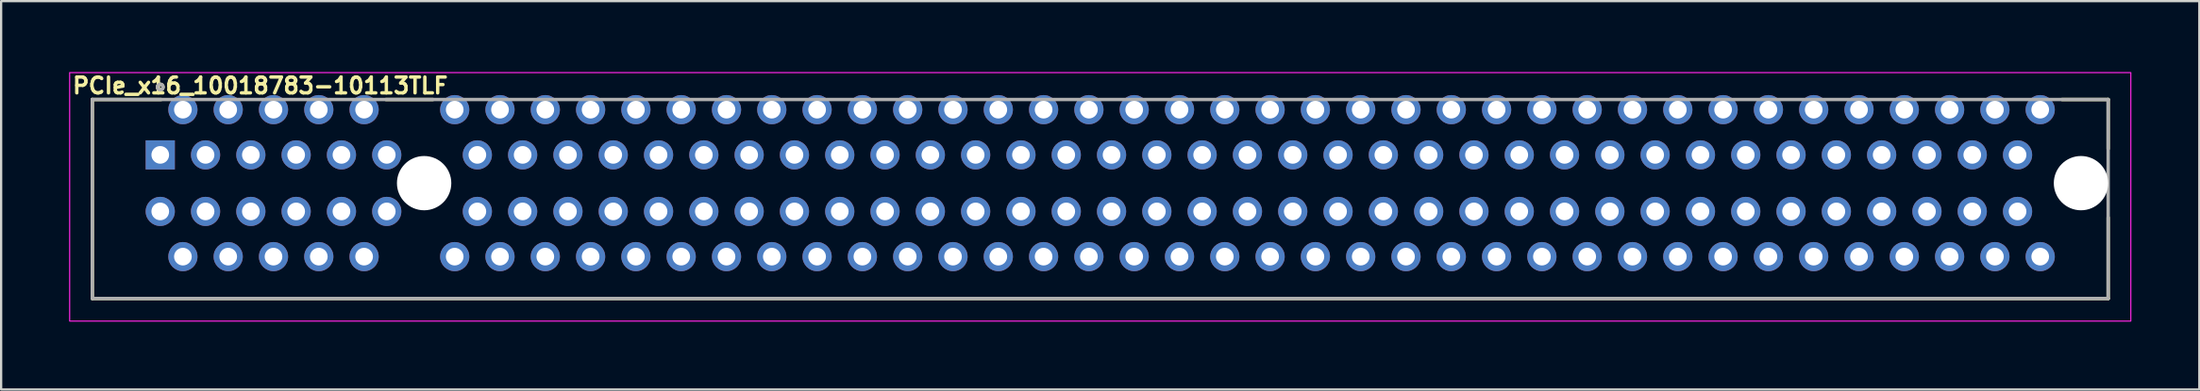
<source format=kicad_pcb>
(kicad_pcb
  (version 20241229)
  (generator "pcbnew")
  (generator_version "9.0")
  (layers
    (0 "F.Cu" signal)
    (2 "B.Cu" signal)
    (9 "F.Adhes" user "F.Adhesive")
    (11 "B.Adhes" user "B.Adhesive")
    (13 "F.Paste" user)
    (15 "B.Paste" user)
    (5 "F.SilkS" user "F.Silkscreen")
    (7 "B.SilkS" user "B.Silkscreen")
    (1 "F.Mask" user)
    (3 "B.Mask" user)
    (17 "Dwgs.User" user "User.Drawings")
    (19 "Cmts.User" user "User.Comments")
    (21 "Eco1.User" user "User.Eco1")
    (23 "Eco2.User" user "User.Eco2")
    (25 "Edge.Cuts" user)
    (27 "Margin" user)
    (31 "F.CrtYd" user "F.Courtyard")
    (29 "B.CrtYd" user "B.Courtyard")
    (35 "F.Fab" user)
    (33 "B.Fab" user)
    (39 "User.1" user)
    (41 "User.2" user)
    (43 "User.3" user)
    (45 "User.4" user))
  (footprint "PCIe_x16_10018783-10113TLF"
    (layer "F.Cu")
    (at 4.025 3.8)
    (property "Reference" "PCIe_x16_10018783-10113TLF" (at -3.95 -2.65 0) (layer "F.SilkS") (effects (font (size 0.7 0.7) (thickness 0.15)) (justify left bottom)))
    (attr through_hole)
    (fp_line (start -3 -2.45) (end 0.036 -2.45) (stroke (width 0.15) (type solid)) (layer "F.SilkS"))
    (fp_line (start -3 6.35) (end -3 -2.45) (stroke (width 0.15) (type solid)) (layer "F.SilkS"))
    (fp_line (start 9.964 -2.45) (end 12.036 -2.45) (stroke (width 0.15) (type solid)) (layer "F.SilkS"))
    (fp_line (start 83.964 -2.45) (end 86 -2.45) (stroke (width 0.15) (type solid)) (layer "F.SilkS"))
    (fp_line (start 86 -2.45) (end 86 -0.27) (stroke (width 0.15) (type solid)) (layer "F.SilkS"))
    (fp_line (start 86 6.35) (end -3 6.35) (stroke (width 0.15) (type solid)) (layer "F.SilkS"))
    (fp_line (start 86 6.35) (end 86 2.77) (stroke (width 0.15) (type solid)) (layer "F.SilkS"))
    (fp_circle (center 0 -3) (end 0.05 -3) (stroke (width 0.15) (type solid)) (fill no) (layer "F.SilkS"))
    (fp_rect (start -4 -3.64) (end 87 7.35) (stroke (width 0.05) (type solid)) (fill no) (layer "F.CrtYd"))
    (fp_line (start -3 -2.45) (end 86 -2.45) (stroke (width 0.15) (type solid)) (layer "F.Fab"))
    (fp_line (start -3 6.35) (end -3 -2.45) (stroke (width 0.15) (type solid)) (layer "F.Fab"))
    (fp_line (start 86 -2.45) (end 86 6.35) (stroke (width 0.15) (type solid)) (layer "F.Fab"))
    (fp_line (start 86 6.35) (end -3 6.35) (stroke (width 0.15) (type solid)) (layer "F.Fab"))
    (fp_circle (center 0 -3) (end 0.05 -3) (stroke (width 0.15) (type solid)) (fill no) (layer "F.Fab"))
    (fp_rect (start -3 -2.45) (end 86 6.35) (stroke (width 0.1) (type solid)) (fill no) (layer "User.5"))
    (fp_line (start -3 -2.45) (end -3 4.95) (stroke (width 0.02) (type solid)) (layer "User.9"))
    (fp_line (start -3 4.95) (end 2.5 4.95) (stroke (width 0.02) (type solid)) (layer "User.9"))
    (fp_line (start -3 6.35) (end -3 4.95) (stroke (width 0.02) (type solid)) (layer "User.9"))
    (fp_line (start -3 6.35) (end 2.5 6.35) (stroke (width 0.02) (type solid)) (layer "User.9"))
    (fp_line (start -1.44 -0.05) (end -1.04 0.35) (stroke (width 0.02) (type solid)) (layer "User.9"))
    (fp_line (start -1.44 -0.05) (end 11.01 -0.05) (stroke (width 0.02) (type solid)) (layer "User.9"))
    (fp_line (start -1.44 2.55) (end -1.44 -0.05) (stroke (width 0.02) (type solid)) (layer "User.9"))
    (fp_line (start -1.04 0.35) (end -1.04 2.15) (stroke (width 0.02) (type solid)) (layer "User.9"))
    (fp_line (start -1.04 2.15) (end -1.44 2.55) (stroke (width 0.02) (type solid)) (layer "User.9"))
    (fp_line (start -1.04 2.15) (end 10.61 2.15) (stroke (width 0.02) (type solid)) (layer "User.9"))
    (fp_line (start 2.5 4.95) (end 2.5 6.35) (stroke (width 0.02) (type solid)) (layer "User.9"))
    (fp_line (start 4 4.95) (end 2.5 4.95) (stroke (width 0.02) (type solid)) (layer "User.9"))
    (fp_line (start 4 4.95) (end 11 4.95) (stroke (width 0.02) (type solid)) (layer "User.9"))
    (fp_line (start 4 6.35) (end 4 4.95) (stroke (width 0.02) (type solid)) (layer "User.9"))
    (fp_line (start 4 6.35) (end 11 6.35) (stroke (width 0.02) (type solid)) (layer "User.9"))
    (fp_line (start 10.61 0.35) (end -1.04 0.35) (stroke (width 0.02) (type solid)) (layer "User.9"))
    (fp_line (start 10.61 2.15) (end 10.61 0.35) (stroke (width 0.02) (type solid)) (layer "User.9"))
    (fp_line (start 10.61 2.15) (end 11.01 2.55) (stroke (width 0.02) (type solid)) (layer "User.9"))
    (fp_line (start 11 4.95) (end 11 6.35) (stroke (width 0.02) (type solid)) (layer "User.9"))
    (fp_line (start 11.01 -0.05) (end 10.61 0.35) (stroke (width 0.02) (type solid)) (layer "User.9"))
    (fp_line (start 11.01 -0.05) (end 11.01 2.55) (stroke (width 0.02) (type solid)) (layer "User.9"))
    (fp_line (start 11.01 2.55) (end -1.44 2.55) (stroke (width 0.02) (type solid)) (layer "User.9"))
    (fp_line (start 11.99 -0.05) (end 12.39 0.35) (stroke (width 0.02) (type solid)) (layer "User.9"))
    (fp_line (start 11.99 -0.05) (end 84.44 -0.05) (stroke (width 0.02) (type solid)) (layer "User.9"))
    (fp_line (start 11.99 2.55) (end 11.99 -0.05) (stroke (width 0.02) (type solid)) (layer "User.9"))
    (fp_line (start 12.39 0.35) (end 12.39 2.15) (stroke (width 0.02) (type solid)) (layer "User.9"))
    (fp_line (start 12.39 2.15) (end 11.99 2.55) (stroke (width 0.02) (type solid)) (layer "User.9"))
    (fp_line (start 12.39 2.15) (end 84.04 2.15) (stroke (width 0.02) (type solid)) (layer "User.9"))
    (fp_line (start 12.5 4.95) (end 11 4.95) (stroke (width 0.02) (type solid)) (layer "User.9"))
    (fp_line (start 12.5 4.95) (end 19.5 4.95) (stroke (width 0.02) (type solid)) (layer "User.9"))
    (fp_line (start 12.5 6.35) (end 12.5 4.95) (stroke (width 0.02) (type solid)) (layer "User.9"))
    (fp_line (start 12.5 6.35) (end 19.5 6.35) (stroke (width 0.02) (type solid)) (layer "User.9"))
    (fp_line (start 19.5 4.95) (end 19.5 6.35) (stroke (width 0.02) (type solid)) (layer "User.9"))
    (fp_line (start 21 4.95) (end 19.5 4.95) (stroke (width 0.02) (type solid)) (layer "User.9"))
    (fp_line (start 21 4.95) (end 28 4.95) (stroke (width 0.02) (type solid)) (layer "User.9"))
    (fp_line (start 21 6.35) (end 21 4.95) (stroke (width 0.02) (type solid)) (layer "User.9"))
    (fp_line (start 21 6.35) (end 28 6.35) (stroke (width 0.02) (type solid)) (layer "User.9"))
    (fp_line (start 28 4.95) (end 28 6.35) (stroke (width 0.02) (type solid)) (layer "User.9"))
    (fp_line (start 29.5 4.95) (end 28 4.95) (stroke (width 0.02) (type solid)) (layer "User.9"))
    (fp_line (start 29.5 4.95) (end 36.5 4.95) (stroke (width 0.02) (type solid)) (layer "User.9"))
    (fp_line (start 29.5 6.35) (end 29.5 4.95) (stroke (width 0.02) (type solid)) (layer "User.9"))
    (fp_line (start 29.5 6.35) (end 36.5 6.35) (stroke (width 0.02) (type solid)) (layer "User.9"))
    (fp_line (start 36.5 4.95) (end 36.5 6.35) (stroke (width 0.02) (type solid)) (layer "User.9"))
    (fp_line (start 38 4.95) (end 36.5 4.95) (stroke (width 0.02) (type solid)) (layer "User.9"))
    (fp_line (start 38 4.95) (end 45 4.95) (stroke (width 0.02) (type solid)) (layer "User.9"))
    (fp_line (start 38 6.35) (end 38 4.95) (stroke (width 0.02) (type solid)) (layer "User.9"))
    (fp_line (start 38 6.35) (end 45 6.35) (stroke (width 0.02) (type solid)) (layer "User.9"))
    (fp_line (start 45 4.95) (end 45 6.35) (stroke (width 0.02) (type solid)) (layer "User.9"))
    (fp_line (start 46.5 4.95) (end 45 4.95) (stroke (width 0.02) (type solid)) (layer "User.9"))
    (fp_line (start 46.5 4.95) (end 53.5 4.95) (stroke (width 0.02) (type solid)) (layer "User.9"))
    (fp_line (start 46.5 6.35) (end 46.5 4.95) (stroke (width 0.02) (type solid)) (layer "User.9"))
    (fp_line (start 46.5 6.35) (end 53.5 6.35) (stroke (width 0.02) (type solid)) (layer "User.9"))
    (fp_line (start 53.5 4.95) (end 53.5 6.35) (stroke (width 0.02) (type solid)) (layer "User.9"))
    (fp_line (start 55 4.95) (end 53.5 4.95) (stroke (width 0.02) (type solid)) (layer "User.9"))
    (fp_line (start 55 4.95) (end 62 4.95) (stroke (width 0.02) (type solid)) (layer "User.9"))
    (fp_line (start 55 6.35) (end 55 4.95) (stroke (width 0.02) (type solid)) (layer "User.9"))
    (fp_line (start 55 6.35) (end 62 6.35) (stroke (width 0.02) (type solid)) (layer "User.9"))
    (fp_line (start 62 4.95) (end 62 6.35) (stroke (width 0.02) (type solid)) (layer "User.9"))
    (fp_line (start 63.5 4.95) (end 62 4.95) (stroke (width 0.02) (type solid)) (layer "User.9"))
    (fp_line (start 63.5 4.95) (end 70.5 4.95) (stroke (width 0.02) (type solid)) (layer "User.9"))
    (fp_line (start 63.5 6.35) (end 63.5 4.95) (stroke (width 0.02) (type solid)) (layer "User.9"))
    (fp_line (start 63.5 6.35) (end 70.5 6.35) (stroke (width 0.02) (type solid)) (layer "User.9"))
    (fp_line (start 70.5 4.95) (end 70.5 6.35) (stroke (width 0.02) (type solid)) (layer "User.9"))
    (fp_line (start 72 4.95) (end 70.5 4.95) (stroke (width 0.02) (type solid)) (layer "User.9"))
    (fp_line (start 72 4.95) (end 79 4.95) (stroke (width 0.02) (type solid)) (layer "User.9"))
    (fp_line (start 72 6.35) (end 72 4.95) (stroke (width 0.02) (type solid)) (layer "User.9"))
    (fp_line (start 72 6.35) (end 79 6.35) (stroke (width 0.02) (type solid)) (layer "User.9"))
    (fp_line (start 79 4.95) (end 79 6.35) (stroke (width 0.02) (type solid)) (layer "User.9"))
    (fp_line (start 80.5 4.95) (end 79 4.95) (stroke (width 0.02) (type solid)) (layer "User.9"))
    (fp_line (start 80.5 4.95) (end 86 4.95) (stroke (width 0.02) (type solid)) (layer "User.9"))
    (fp_line (start 80.5 6.35) (end 80.5 4.95) (stroke (width 0.02) (type solid)) (layer "User.9"))
    (fp_line (start 80.5 6.35) (end 86 6.35) (stroke (width 0.02) (type solid)) (layer "User.9"))
    (fp_line (start 84.04 0.35) (end 12.39 0.35) (stroke (width 0.02) (type solid)) (layer "User.9"))
    (fp_line (start 84.04 2.15) (end 84.04 0.35) (stroke (width 0.02) (type solid)) (layer "User.9"))
    (fp_line (start 84.04 2.15) (end 84.44 2.55) (stroke (width 0.02) (type solid)) (layer "User.9"))
    (fp_line (start 84.44 -0.05) (end 84.04 0.35) (stroke (width 0.02) (type solid)) (layer "User.9"))
    (fp_line (start 84.44 -0.05) (end 84.44 2.55) (stroke (width 0.02) (type solid)) (layer "User.9"))
    (fp_line (start 84.44 2.55) (end 11.99 2.55) (stroke (width 0.02) (type solid)) (layer "User.9"))
    (fp_line (start 86 -2.45) (end -3 -2.45) (stroke (width 0.02) (type solid)) (layer "User.9"))
    (fp_line (start 86 4.95) (end 86 -2.45) (stroke (width 0.02) (type solid)) (layer "User.9"))
    (fp_line (start 86 4.95) (end 86 6.35) (stroke (width 0.02) (type solid)) (layer "User.9"))
    (pad "" np_thru_hole circle (at 11.65 1.25) (size 2.4 2.4) (drill 2.4) (layers "*.Cu" "*.Mask"))
    (pad "" np_thru_hole circle (at 84.8 1.25) (size 2.4 2.4) (drill 2.4) (layers "*.Cu" "*.Mask"))
    (pad "A1" thru_hole rect (at 0 0) (size 1.288 1.288) (drill 0.78) (layers "*.Cu" "*.Mask"))
    (pad "A2" thru_hole circle (at 1 -2) (size 1.288 1.288) (drill 0.78) (layers "*.Cu" "*.Mask"))
    (pad "A3" thru_hole circle (at 2 0) (size 1.288 1.288) (drill 0.78) (layers "*.Cu" "*.Mask"))
    (pad "A4" thru_hole circle (at 3 -2) (size 1.288 1.288) (drill 0.78) (layers "*.Cu" "*.Mask"))
    (pad "A5" thru_hole circle (at 4 0) (size 1.288 1.288) (drill 0.78) (layers "*.Cu" "*.Mask"))
    (pad "A6" thru_hole circle (at 5 -2) (size 1.288 1.288) (drill 0.78) (layers "*.Cu" "*.Mask"))
    (pad "A7" thru_hole circle (at 6 0) (size 1.288 1.288) (drill 0.78) (layers "*.Cu" "*.Mask"))
    (pad "A8" thru_hole circle (at 7 -2) (size 1.288 1.288) (drill 0.78) (layers "*.Cu" "*.Mask"))
    (pad "A9" thru_hole circle (at 8 0) (size 1.288 1.288) (drill 0.78) (layers "*.Cu" "*.Mask"))
    (pad "A10" thru_hole circle (at 9 -2) (size 1.288 1.288) (drill 0.78) (layers "*.Cu" "*.Mask"))
    (pad "A11" thru_hole circle (at 10 0) (size 1.288 1.288) (drill 0.78) (layers "*.Cu" "*.Mask"))
    (pad "A12" thru_hole circle (at 13 -2) (size 1.288 1.288) (drill 0.78) (layers "*.Cu" "*.Mask"))
    (pad "A13" thru_hole circle (at 14 0) (size 1.288 1.288) (drill 0.78) (layers "*.Cu" "*.Mask"))
    (pad "A14" thru_hole circle (at 15 -2) (size 1.288 1.288) (drill 0.78) (layers "*.Cu" "*.Mask"))
    (pad "A15" thru_hole circle (at 16 0) (size 1.288 1.288) (drill 0.78) (layers "*.Cu" "*.Mask"))
    (pad "A16" thru_hole circle (at 17 -2) (size 1.288 1.288) (drill 0.78) (layers "*.Cu" "*.Mask"))
    (pad "A17" thru_hole circle (at 18 0) (size 1.288 1.288) (drill 0.78) (layers "*.Cu" "*.Mask"))
    (pad "A18" thru_hole circle (at 19 -2) (size 1.288 1.288) (drill 0.78) (layers "*.Cu" "*.Mask"))
    (pad "A19" thru_hole circle (at 20 0) (size 1.288 1.288) (drill 0.78) (layers "*.Cu" "*.Mask"))
    (pad "A20" thru_hole circle (at 21 -2) (size 1.288 1.288) (drill 0.78) (layers "*.Cu" "*.Mask"))
    (pad "A21" thru_hole circle (at 22 0) (size 1.288 1.288) (drill 0.78) (layers "*.Cu" "*.Mask"))
    (pad "A22" thru_hole circle (at 23 -2) (size 1.288 1.288) (drill 0.78) (layers "*.Cu" "*.Mask"))
    (pad "A23" thru_hole circle (at 24 0) (size 1.288 1.288) (drill 0.78) (layers "*.Cu" "*.Mask"))
    (pad "A24" thru_hole circle (at 25 -2) (size 1.288 1.288) (drill 0.78) (layers "*.Cu" "*.Mask"))
    (pad "A25" thru_hole circle (at 26 0) (size 1.288 1.288) (drill 0.78) (layers "*.Cu" "*.Mask"))
    (pad "A26" thru_hole circle (at 27 -2) (size 1.288 1.288) (drill 0.78) (layers "*.Cu" "*.Mask"))
    (pad "A27" thru_hole circle (at 28 0) (size 1.288 1.288) (drill 0.78) (layers "*.Cu" "*.Mask"))
    (pad "A28" thru_hole circle (at 29 -2) (size 1.288 1.288) (drill 0.78) (layers "*.Cu" "*.Mask"))
    (pad "A29" thru_hole circle (at 30 0) (size 1.288 1.288) (drill 0.78) (layers "*.Cu" "*.Mask"))
    (pad "A30" thru_hole circle (at 31 -2) (size 1.288 1.288) (drill 0.78) (layers "*.Cu" "*.Mask"))
    (pad "A31" thru_hole circle (at 32 0) (size 1.288 1.288) (drill 0.78) (layers "*.Cu" "*.Mask"))
    (pad "A32" thru_hole circle (at 33 -2) (size 1.288 1.288) (drill 0.78) (layers "*.Cu" "*.Mask"))
    (pad "A33" thru_hole circle (at 34 0) (size 1.288 1.288) (drill 0.78) (layers "*.Cu" "*.Mask"))
    (pad "A34" thru_hole circle (at 35 -2) (size 1.288 1.288) (drill 0.78) (layers "*.Cu" "*.Mask"))
    (pad "A35" thru_hole circle (at 36 0) (size 1.288 1.288) (drill 0.78) (layers "*.Cu" "*.Mask"))
    (pad "A36" thru_hole circle (at 37 -2) (size 1.288 1.288) (drill 0.78) (layers "*.Cu" "*.Mask"))
    (pad "A37" thru_hole circle (at 38 0) (size 1.288 1.288) (drill 0.78) (layers "*.Cu" "*.Mask"))
    (pad "A38" thru_hole circle (at 39 -2) (size 1.288 1.288) (drill 0.78) (layers "*.Cu" "*.Mask"))
    (pad "A39" thru_hole circle (at 40 0) (size 1.288 1.288) (drill 0.78) (layers "*.Cu" "*.Mask"))
    (pad "A40" thru_hole circle (at 41 -2) (size 1.288 1.288) (drill 0.78) (layers "*.Cu" "*.Mask"))
    (pad "A41" thru_hole circle (at 42 0) (size 1.288 1.288) (drill 0.78) (layers "*.Cu" "*.Mask"))
    (pad "A42" thru_hole circle (at 43 -2) (size 1.288 1.288) (drill 0.78) (layers "*.Cu" "*.Mask"))
    (pad "A43" thru_hole circle (at 44 0) (size 1.288 1.288) (drill 0.78) (layers "*.Cu" "*.Mask"))
    (pad "A44" thru_hole circle (at 45 -2) (size 1.288 1.288) (drill 0.78) (layers "*.Cu" "*.Mask"))
    (pad "A45" thru_hole circle (at 46 0) (size 1.288 1.288) (drill 0.78) (layers "*.Cu" "*.Mask"))
    (pad "A46" thru_hole circle (at 47 -2) (size 1.288 1.288) (drill 0.78) (layers "*.Cu" "*.Mask"))
    (pad "A47" thru_hole circle (at 48 0) (size 1.288 1.288) (drill 0.78) (layers "*.Cu" "*.Mask"))
    (pad "A48" thru_hole circle (at 49 -2) (size 1.288 1.288) (drill 0.78) (layers "*.Cu" "*.Mask"))
    (pad "A49" thru_hole circle (at 50 0) (size 1.288 1.288) (drill 0.78) (layers "*.Cu" "*.Mask"))
    (pad "A50" thru_hole circle (at 51 -2) (size 1.288 1.288) (drill 0.78) (layers "*.Cu" "*.Mask"))
    (pad "A51" thru_hole circle (at 52 0) (size 1.288 1.288) (drill 0.78) (layers "*.Cu" "*.Mask"))
    (pad "A52" thru_hole circle (at 53 -2) (size 1.288 1.288) (drill 0.78) (layers "*.Cu" "*.Mask"))
    (pad "A53" thru_hole circle (at 54 0) (size 1.288 1.288) (drill 0.78) (layers "*.Cu" "*.Mask"))
    (pad "A54" thru_hole circle (at 55 -2) (size 1.288 1.288) (drill 0.78) (layers "*.Cu" "*.Mask"))
    (pad "A55" thru_hole circle (at 56 0) (size 1.288 1.288) (drill 0.78) (layers "*.Cu" "*.Mask"))
    (pad "A56" thru_hole circle (at 57 -2) (size 1.288 1.288) (drill 0.78) (layers "*.Cu" "*.Mask"))
    (pad "A57" thru_hole circle (at 58 0) (size 1.288 1.288) (drill 0.78) (layers "*.Cu" "*.Mask"))
    (pad "A58" thru_hole circle (at 59 -2) (size 1.288 1.288) (drill 0.78) (layers "*.Cu" "*.Mask"))
    (pad "A59" thru_hole circle (at 60 0) (size 1.288 1.288) (drill 0.78) (layers "*.Cu" "*.Mask"))
    (pad "A60" thru_hole circle (at 61 -2) (size 1.288 1.288) (drill 0.78) (layers "*.Cu" "*.Mask"))
    (pad "A61" thru_hole circle (at 62 0) (size 1.288 1.288) (drill 0.78) (layers "*.Cu" "*.Mask"))
    (pad "A62" thru_hole circle (at 63 -2) (size 1.288 1.288) (drill 0.78) (layers "*.Cu" "*.Mask"))
    (pad "A63" thru_hole circle (at 64 0) (size 1.288 1.288) (drill 0.78) (layers "*.Cu" "*.Mask"))
    (pad "A64" thru_hole circle (at 65 -2) (size 1.288 1.288) (drill 0.78) (layers "*.Cu" "*.Mask"))
    (pad "A65" thru_hole circle (at 66 0) (size 1.288 1.288) (drill 0.78) (layers "*.Cu" "*.Mask"))
    (pad "A66" thru_hole circle (at 67 -2) (size 1.288 1.288) (drill 0.78) (layers "*.Cu" "*.Mask"))
    (pad "A67" thru_hole circle (at 68 0) (size 1.288 1.288) (drill 0.78) (layers "*.Cu" "*.Mask"))
    (pad "A68" thru_hole circle (at 69 -2) (size 1.288 1.288) (drill 0.78) (layers "*.Cu" "*.Mask"))
    (pad "A69" thru_hole circle (at 70 0) (size 1.288 1.288) (drill 0.78) (layers "*.Cu" "*.Mask"))
    (pad "A70" thru_hole circle (at 71 -2) (size 1.288 1.288) (drill 0.78) (layers "*.Cu" "*.Mask"))
    (pad "A71" thru_hole circle (at 72 0) (size 1.288 1.288) (drill 0.78) (layers "*.Cu" "*.Mask"))
    (pad "A72" thru_hole circle (at 73 -2) (size 1.288 1.288) (drill 0.78) (layers "*.Cu" "*.Mask"))
    (pad "A73" thru_hole circle (at 74 0) (size 1.288 1.288) (drill 0.78) (layers "*.Cu" "*.Mask"))
    (pad "A74" thru_hole circle (at 75 -2) (size 1.288 1.288) (drill 0.78) (layers "*.Cu" "*.Mask"))
    (pad "A75" thru_hole circle (at 76 0) (size 1.288 1.288) (drill 0.78) (layers "*.Cu" "*.Mask"))
    (pad "A76" thru_hole circle (at 77 -2) (size 1.288 1.288) (drill 0.78) (layers "*.Cu" "*.Mask"))
    (pad "A77" thru_hole circle (at 78 0) (size 1.288 1.288) (drill 0.78) (layers "*.Cu" "*.Mask"))
    (pad "A78" thru_hole circle (at 79 -2) (size 1.288 1.288) (drill 0.78) (layers "*.Cu" "*.Mask"))
    (pad "A79" thru_hole circle (at 80 0) (size 1.288 1.288) (drill 0.78) (layers "*.Cu" "*.Mask"))
    (pad "A80" thru_hole circle (at 81 -2) (size 1.288 1.288) (drill 0.78) (layers "*.Cu" "*.Mask"))
    (pad "A81" thru_hole circle (at 82 0) (size 1.288 1.288) (drill 0.78) (layers "*.Cu" "*.Mask"))
    (pad "A82" thru_hole circle (at 83 -2) (size 1.288 1.288) (drill 0.78) (layers "*.Cu" "*.Mask"))
    (pad "B1" thru_hole circle (at 0 2.5) (size 1.288 1.288) (drill 0.78) (layers "*.Cu" "*.Mask"))
    (pad "B2" thru_hole circle (at 1 4.5) (size 1.288 1.288) (drill 0.78) (layers "*.Cu" "*.Mask"))
    (pad "B3" thru_hole circle (at 2 2.5) (size 1.288 1.288) (drill 0.78) (layers "*.Cu" "*.Mask"))
    (pad "B4" thru_hole circle (at 3 4.5) (size 1.288 1.288) (drill 0.78) (layers "*.Cu" "*.Mask"))
    (pad "B5" thru_hole circle (at 4 2.5) (size 1.288 1.288) (drill 0.78) (layers "*.Cu" "*.Mask"))
    (pad "B6" thru_hole circle (at 5 4.5) (size 1.288 1.288) (drill 0.78) (layers "*.Cu" "*.Mask"))
    (pad "B7" thru_hole circle (at 6 2.5) (size 1.288 1.288) (drill 0.78) (layers "*.Cu" "*.Mask"))
    (pad "B8" thru_hole circle (at 7 4.5) (size 1.288 1.288) (drill 0.78) (layers "*.Cu" "*.Mask"))
    (pad "B9" thru_hole circle (at 8 2.5) (size 1.288 1.288) (drill 0.78) (layers "*.Cu" "*.Mask"))
    (pad "B10" thru_hole circle (at 9 4.5) (size 1.288 1.288) (drill 0.78) (layers "*.Cu" "*.Mask"))
    (pad "B11" thru_hole circle (at 10 2.5) (size 1.288 1.288) (drill 0.78) (layers "*.Cu" "*.Mask"))
    (pad "B12" thru_hole circle (at 13 4.5) (size 1.288 1.288) (drill 0.78) (layers "*.Cu" "*.Mask"))
    (pad "B13" thru_hole circle (at 14 2.5) (size 1.288 1.288) (drill 0.78) (layers "*.Cu" "*.Mask"))
    (pad "B14" thru_hole circle (at 15 4.5) (size 1.288 1.288) (drill 0.78) (layers "*.Cu" "*.Mask"))
    (pad "B15" thru_hole circle (at 16 2.5) (size 1.288 1.288) (drill 0.78) (layers "*.Cu" "*.Mask"))
    (pad "B16" thru_hole circle (at 17 4.5) (size 1.288 1.288) (drill 0.78) (layers "*.Cu" "*.Mask"))
    (pad "B17" thru_hole circle (at 18 2.5) (size 1.288 1.288) (drill 0.78) (layers "*.Cu" "*.Mask"))
    (pad "B18" thru_hole circle (at 19 4.5) (size 1.288 1.288) (drill 0.78) (layers "*.Cu" "*.Mask"))
    (pad "B19" thru_hole circle (at 20 2.5) (size 1.288 1.288) (drill 0.78) (layers "*.Cu" "*.Mask"))
    (pad "B20" thru_hole circle (at 21 4.5) (size 1.288 1.288) (drill 0.78) (layers "*.Cu" "*.Mask"))
    (pad "B21" thru_hole circle (at 22 2.5) (size 1.288 1.288) (drill 0.78) (layers "*.Cu" "*.Mask"))
    (pad "B22" thru_hole circle (at 23 4.5) (size 1.288 1.288) (drill 0.78) (layers "*.Cu" "*.Mask"))
    (pad "B23" thru_hole circle (at 24 2.5) (size 1.288 1.288) (drill 0.78) (layers "*.Cu" "*.Mask"))
    (pad "B24" thru_hole circle (at 25 4.5) (size 1.288 1.288) (drill 0.78) (layers "*.Cu" "*.Mask"))
    (pad "B25" thru_hole circle (at 26 2.5) (size 1.288 1.288) (drill 0.78) (layers "*.Cu" "*.Mask"))
    (pad "B26" thru_hole circle (at 27 4.5) (size 1.288 1.288) (drill 0.78) (layers "*.Cu" "*.Mask"))
    (pad "B27" thru_hole circle (at 28 2.5) (size 1.288 1.288) (drill 0.78) (layers "*.Cu" "*.Mask"))
    (pad "B28" thru_hole circle (at 29 4.5) (size 1.288 1.288) (drill 0.78) (layers "*.Cu" "*.Mask"))
    (pad "B29" thru_hole circle (at 30 2.5) (size 1.288 1.288) (drill 0.78) (layers "*.Cu" "*.Mask"))
    (pad "B30" thru_hole circle (at 31 4.5) (size 1.288 1.288) (drill 0.78) (layers "*.Cu" "*.Mask"))
    (pad "B31" thru_hole circle (at 32 2.5) (size 1.288 1.288) (drill 0.78) (layers "*.Cu" "*.Mask"))
    (pad "B32" thru_hole circle (at 33 4.5) (size 1.288 1.288) (drill 0.78) (layers "*.Cu" "*.Mask"))
    (pad "B33" thru_hole circle (at 34 2.5) (size 1.288 1.288) (drill 0.78) (layers "*.Cu" "*.Mask"))
    (pad "B34" thru_hole circle (at 35 4.5) (size 1.288 1.288) (drill 0.78) (layers "*.Cu" "*.Mask"))
    (pad "B35" thru_hole circle (at 36 2.5) (size 1.288 1.288) (drill 0.78) (layers "*.Cu" "*.Mask"))
    (pad "B36" thru_hole circle (at 37 4.5) (size 1.288 1.288) (drill 0.78) (layers "*.Cu" "*.Mask"))
    (pad "B37" thru_hole circle (at 38 2.5) (size 1.288 1.288) (drill 0.78) (layers "*.Cu" "*.Mask"))
    (pad "B38" thru_hole circle (at 39 4.5) (size 1.288 1.288) (drill 0.78) (layers "*.Cu" "*.Mask"))
    (pad "B39" thru_hole circle (at 40 2.5) (size 1.288 1.288) (drill 0.78) (layers "*.Cu" "*.Mask"))
    (pad "B40" thru_hole circle (at 41 4.5) (size 1.288 1.288) (drill 0.78) (layers "*.Cu" "*.Mask"))
    (pad "B41" thru_hole circle (at 42 2.5) (size 1.288 1.288) (drill 0.78) (layers "*.Cu" "*.Mask"))
    (pad "B42" thru_hole circle (at 43 4.5) (size 1.288 1.288) (drill 0.78) (layers "*.Cu" "*.Mask"))
    (pad "B43" thru_hole circle (at 44 2.5) (size 1.288 1.288) (drill 0.78) (layers "*.Cu" "*.Mask"))
    (pad "B44" thru_hole circle (at 45 4.5) (size 1.288 1.288) (drill 0.78) (layers "*.Cu" "*.Mask"))
    (pad "B45" thru_hole circle (at 46 2.5) (size 1.288 1.288) (drill 0.78) (layers "*.Cu" "*.Mask"))
    (pad "B46" thru_hole circle (at 47 4.5) (size 1.288 1.288) (drill 0.78) (layers "*.Cu" "*.Mask"))
    (pad "B47" thru_hole circle (at 48 2.5) (size 1.288 1.288) (drill 0.78) (layers "*.Cu" "*.Mask"))
    (pad "B48" thru_hole circle (at 49 4.5) (size 1.288 1.288) (drill 0.78) (layers "*.Cu" "*.Mask"))
    (pad "B49" thru_hole circle (at 50 2.5) (size 1.288 1.288) (drill 0.78) (layers "*.Cu" "*.Mask"))
    (pad "B50" thru_hole circle (at 51 4.5) (size 1.288 1.288) (drill 0.78) (layers "*.Cu" "*.Mask"))
    (pad "B51" thru_hole circle (at 52 2.5) (size 1.288 1.288) (drill 0.78) (layers "*.Cu" "*.Mask"))
    (pad "B52" thru_hole circle (at 53 4.5) (size 1.288 1.288) (drill 0.78) (layers "*.Cu" "*.Mask"))
    (pad "B53" thru_hole circle (at 54 2.5) (size 1.288 1.288) (drill 0.78) (layers "*.Cu" "*.Mask"))
    (pad "B54" thru_hole circle (at 55 4.5) (size 1.288 1.288) (drill 0.78) (layers "*.Cu" "*.Mask"))
    (pad "B55" thru_hole circle (at 56 2.5) (size 1.288 1.288) (drill 0.78) (layers "*.Cu" "*.Mask"))
    (pad "B56" thru_hole circle (at 57 4.5) (size 1.288 1.288) (drill 0.78) (layers "*.Cu" "*.Mask"))
    (pad "B57" thru_hole circle (at 58 2.5) (size 1.288 1.288) (drill 0.78) (layers "*.Cu" "*.Mask"))
    (pad "B58" thru_hole circle (at 59 4.5) (size 1.288 1.288) (drill 0.78) (layers "*.Cu" "*.Mask"))
    (pad "B59" thru_hole circle (at 60 2.5) (size 1.288 1.288) (drill 0.78) (layers "*.Cu" "*.Mask"))
    (pad "B60" thru_hole circle (at 61 4.5) (size 1.288 1.288) (drill 0.78) (layers "*.Cu" "*.Mask"))
    (pad "B61" thru_hole circle (at 62 2.5) (size 1.288 1.288) (drill 0.78) (layers "*.Cu" "*.Mask"))
    (pad "B62" thru_hole circle (at 63 4.5) (size 1.288 1.288) (drill 0.78) (layers "*.Cu" "*.Mask"))
    (pad "B63" thru_hole circle (at 64 2.5) (size 1.288 1.288) (drill 0.78) (layers "*.Cu" "*.Mask"))
    (pad "B64" thru_hole circle (at 65 4.5) (size 1.288 1.288) (drill 0.78) (layers "*.Cu" "*.Mask"))
    (pad "B65" thru_hole circle (at 66 2.5) (size 1.288 1.288) (drill 0.78) (layers "*.Cu" "*.Mask"))
    (pad "B66" thru_hole circle (at 67 4.5) (size 1.288 1.288) (drill 0.78) (layers "*.Cu" "*.Mask"))
    (pad "B67" thru_hole circle (at 68 2.5) (size 1.288 1.288) (drill 0.78) (layers "*.Cu" "*.Mask"))
    (pad "B68" thru_hole circle (at 69 4.5) (size 1.288 1.288) (drill 0.78) (layers "*.Cu" "*.Mask"))
    (pad "B69" thru_hole circle (at 70 2.5) (size 1.288 1.288) (drill 0.78) (layers "*.Cu" "*.Mask"))
    (pad "B70" thru_hole circle (at 71 4.5) (size 1.288 1.288) (drill 0.78) (layers "*.Cu" "*.Mask"))
    (pad "B71" thru_hole circle (at 72 2.5) (size 1.288 1.288) (drill 0.78) (layers "*.Cu" "*.Mask"))
    (pad "B72" thru_hole circle (at 73 4.5) (size 1.288 1.288) (drill 0.78) (layers "*.Cu" "*.Mask"))
    (pad "B73" thru_hole circle (at 74 2.5) (size 1.288 1.288) (drill 0.78) (layers "*.Cu" "*.Mask"))
    (pad "B74" thru_hole circle (at 75 4.5) (size 1.288 1.288) (drill 0.78) (layers "*.Cu" "*.Mask"))
    (pad "B75" thru_hole circle (at 76 2.5) (size 1.288 1.288) (drill 0.78) (layers "*.Cu" "*.Mask"))
    (pad "B76" thru_hole circle (at 77 4.5) (size 1.288 1.288) (drill 0.78) (layers "*.Cu" "*.Mask"))
    (pad "B77" thru_hole circle (at 78 2.5) (size 1.288 1.288) (drill 0.78) (layers "*.Cu" "*.Mask"))
    (pad "B78" thru_hole circle (at 79 4.5) (size 1.288 1.288) (drill 0.78) (layers "*.Cu" "*.Mask"))
    (pad "B79" thru_hole circle (at 80 2.5) (size 1.288 1.288) (drill 0.78) (layers "*.Cu" "*.Mask"))
    (pad "B80" thru_hole circle (at 81 4.5) (size 1.288 1.288) (drill 0.78) (layers "*.Cu" "*.Mask"))
    (pad "B81" thru_hole circle (at 82 2.5) (size 1.288 1.288) (drill 0.78) (layers "*.Cu" "*.Mask"))
    (pad "B82" thru_hole circle (at 83 4.5) (size 1.288 1.288) (drill 0.78) (layers "*.Cu" "*.Mask")))
  (gr_rect
    (start -3 -3)
    (end 94.05 14.175)
    (stroke (width 0.1) (type default))
    (fill no)
    (layer "Edge.Cuts")))
</source>
